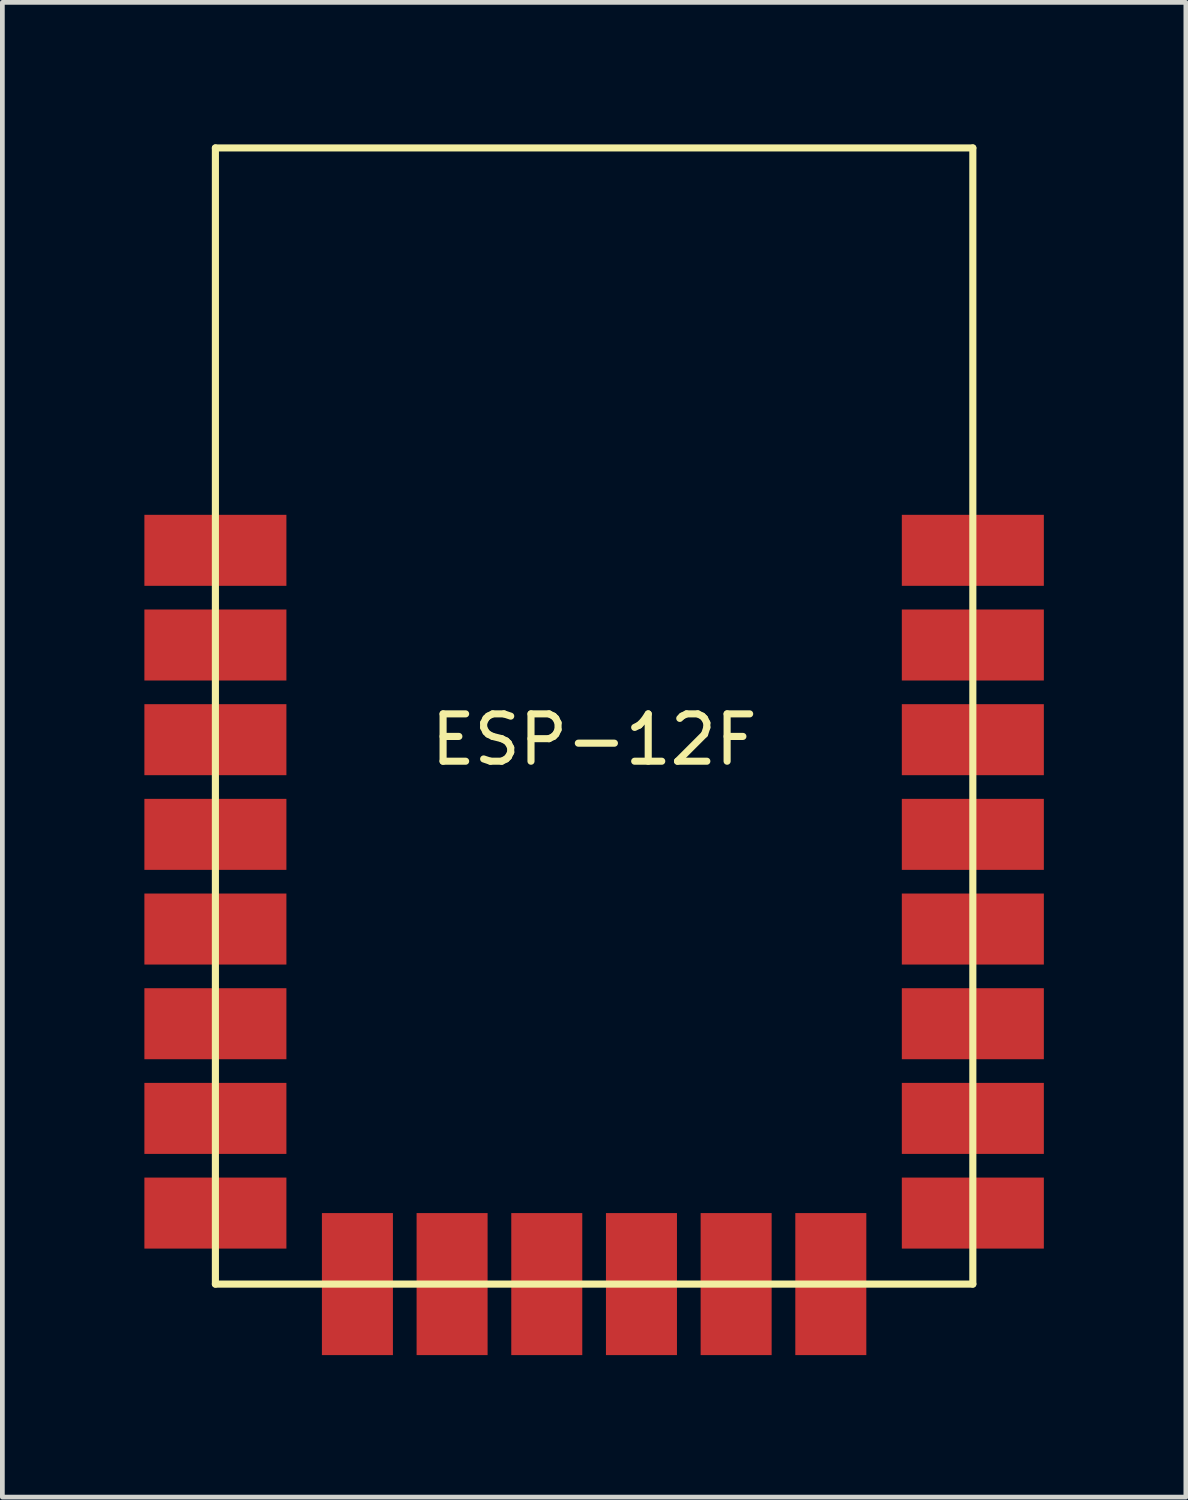
<source format=kicad_pcb>
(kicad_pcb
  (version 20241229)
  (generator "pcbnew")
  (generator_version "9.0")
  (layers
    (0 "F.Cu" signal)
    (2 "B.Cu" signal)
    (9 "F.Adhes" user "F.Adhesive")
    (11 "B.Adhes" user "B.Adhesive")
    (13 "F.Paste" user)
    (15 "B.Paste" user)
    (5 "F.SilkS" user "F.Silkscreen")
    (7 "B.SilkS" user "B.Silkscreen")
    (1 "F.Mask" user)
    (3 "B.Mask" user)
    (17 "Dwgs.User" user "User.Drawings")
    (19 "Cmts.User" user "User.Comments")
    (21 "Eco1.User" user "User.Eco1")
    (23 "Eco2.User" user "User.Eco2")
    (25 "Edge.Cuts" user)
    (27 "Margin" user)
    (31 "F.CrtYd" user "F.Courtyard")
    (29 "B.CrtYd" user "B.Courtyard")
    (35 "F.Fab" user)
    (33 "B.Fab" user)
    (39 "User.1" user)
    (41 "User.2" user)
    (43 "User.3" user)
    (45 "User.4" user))
  (footprint "ESP-12F"
    (layer "F.Cu")
    (at 9.5 12.075)
    (property "Reference" "ESP-12F" (at 0 0.5 0) (layer "F.SilkS") (effects (font (size 1 1) (thickness 0.15))))
    (attr through_hole)
    (fp_line (start -8 -12) (end 8 -12) (stroke (width 0.15) (type solid)) (layer "F.SilkS"))
    (fp_line (start -8 12) (end -8 -12) (stroke (width 0.15) (type solid)) (layer "F.SilkS"))
    (fp_line (start 8 -12) (end 8 12) (stroke (width 0.15) (type solid)) (layer "F.SilkS"))
    (fp_line (start 8 12) (end -8 12) (stroke (width 0.15) (type solid)) (layer "F.SilkS"))
    (pad "1" smd rect (at -8 -3.5) (size 3 1.5) (layers "F.Cu" "F.Mask" "F.Paste"))
    (pad "2" smd rect (at -8 -1.5) (size 3 1.5) (layers "F.Cu" "F.Mask" "F.Paste"))
    (pad "3" smd rect (at -8 0.5) (size 3 1.5) (layers "F.Cu" "F.Mask" "F.Paste"))
    (pad "4" smd rect (at -8 2.5) (size 3 1.5) (layers "F.Cu" "F.Mask" "F.Paste"))
    (pad "5" smd rect (at -8 4.5) (size 3 1.5) (layers "F.Cu" "F.Mask" "F.Paste"))
    (pad "6" smd rect (at -8 6.5) (size 3 1.5) (layers "F.Cu" "F.Mask" "F.Paste"))
    (pad "7" smd rect (at -8 8.5) (size 3 1.5) (layers "F.Cu" "F.Mask" "F.Paste"))
    (pad "8" smd rect (at -8 10.5) (size 3 1.5) (layers "F.Cu" "F.Mask" "F.Paste"))
    (pad "9" smd rect (at -5 12 90) (size 3 1.5) (layers "F.Cu" "F.Mask" "F.Paste"))
    (pad "10" smd rect (at -3 12 90) (size 3 1.5) (layers "F.Cu" "F.Mask" "F.Paste"))
    (pad "11" smd rect (at -1 12 90) (size 3 1.5) (layers "F.Cu" "F.Mask" "F.Paste"))
    (pad "12" smd rect (at 1 12 90) (size 3 1.5) (layers "F.Cu" "F.Mask" "F.Paste"))
    (pad "13" smd rect (at 3 12 90) (size 3 1.5) (layers "F.Cu" "F.Mask" "F.Paste"))
    (pad "14" smd rect (at 5 12 90) (size 3 1.5) (layers "F.Cu" "F.Mask" "F.Paste"))
    (pad "15" smd rect (at 8 10.5) (size 3 1.5) (layers "F.Cu" "F.Mask" "F.Paste"))
    (pad "16" smd rect (at 8 8.5) (size 3 1.5) (layers "F.Cu" "F.Mask" "F.Paste"))
    (pad "17" smd rect (at 8 6.5) (size 3 1.5) (layers "F.Cu" "F.Mask" "F.Paste"))
    (pad "18" smd rect (at 8 4.5) (size 3 1.5) (layers "F.Cu" "F.Mask" "F.Paste"))
    (pad "19" smd rect (at 8 2.5) (size 3 1.5) (layers "F.Cu" "F.Mask" "F.Paste"))
    (pad "20" smd rect (at 8 0.5) (size 3 1.5) (layers "F.Cu" "F.Mask" "F.Paste"))
    (pad "21" smd rect (at 8 -1.5) (size 3 1.5) (layers "F.Cu" "F.Mask" "F.Paste"))
    (pad "22" smd rect (at 8 -3.5) (size 3 1.5) (layers "F.Cu" "F.Mask" "F.Paste")))
  (gr_rect
    (start -3 -3)
    (end 22 28.575)
    (stroke (width 0.1) (type default))
    (fill no)
    (layer "Edge.Cuts")))
</source>
